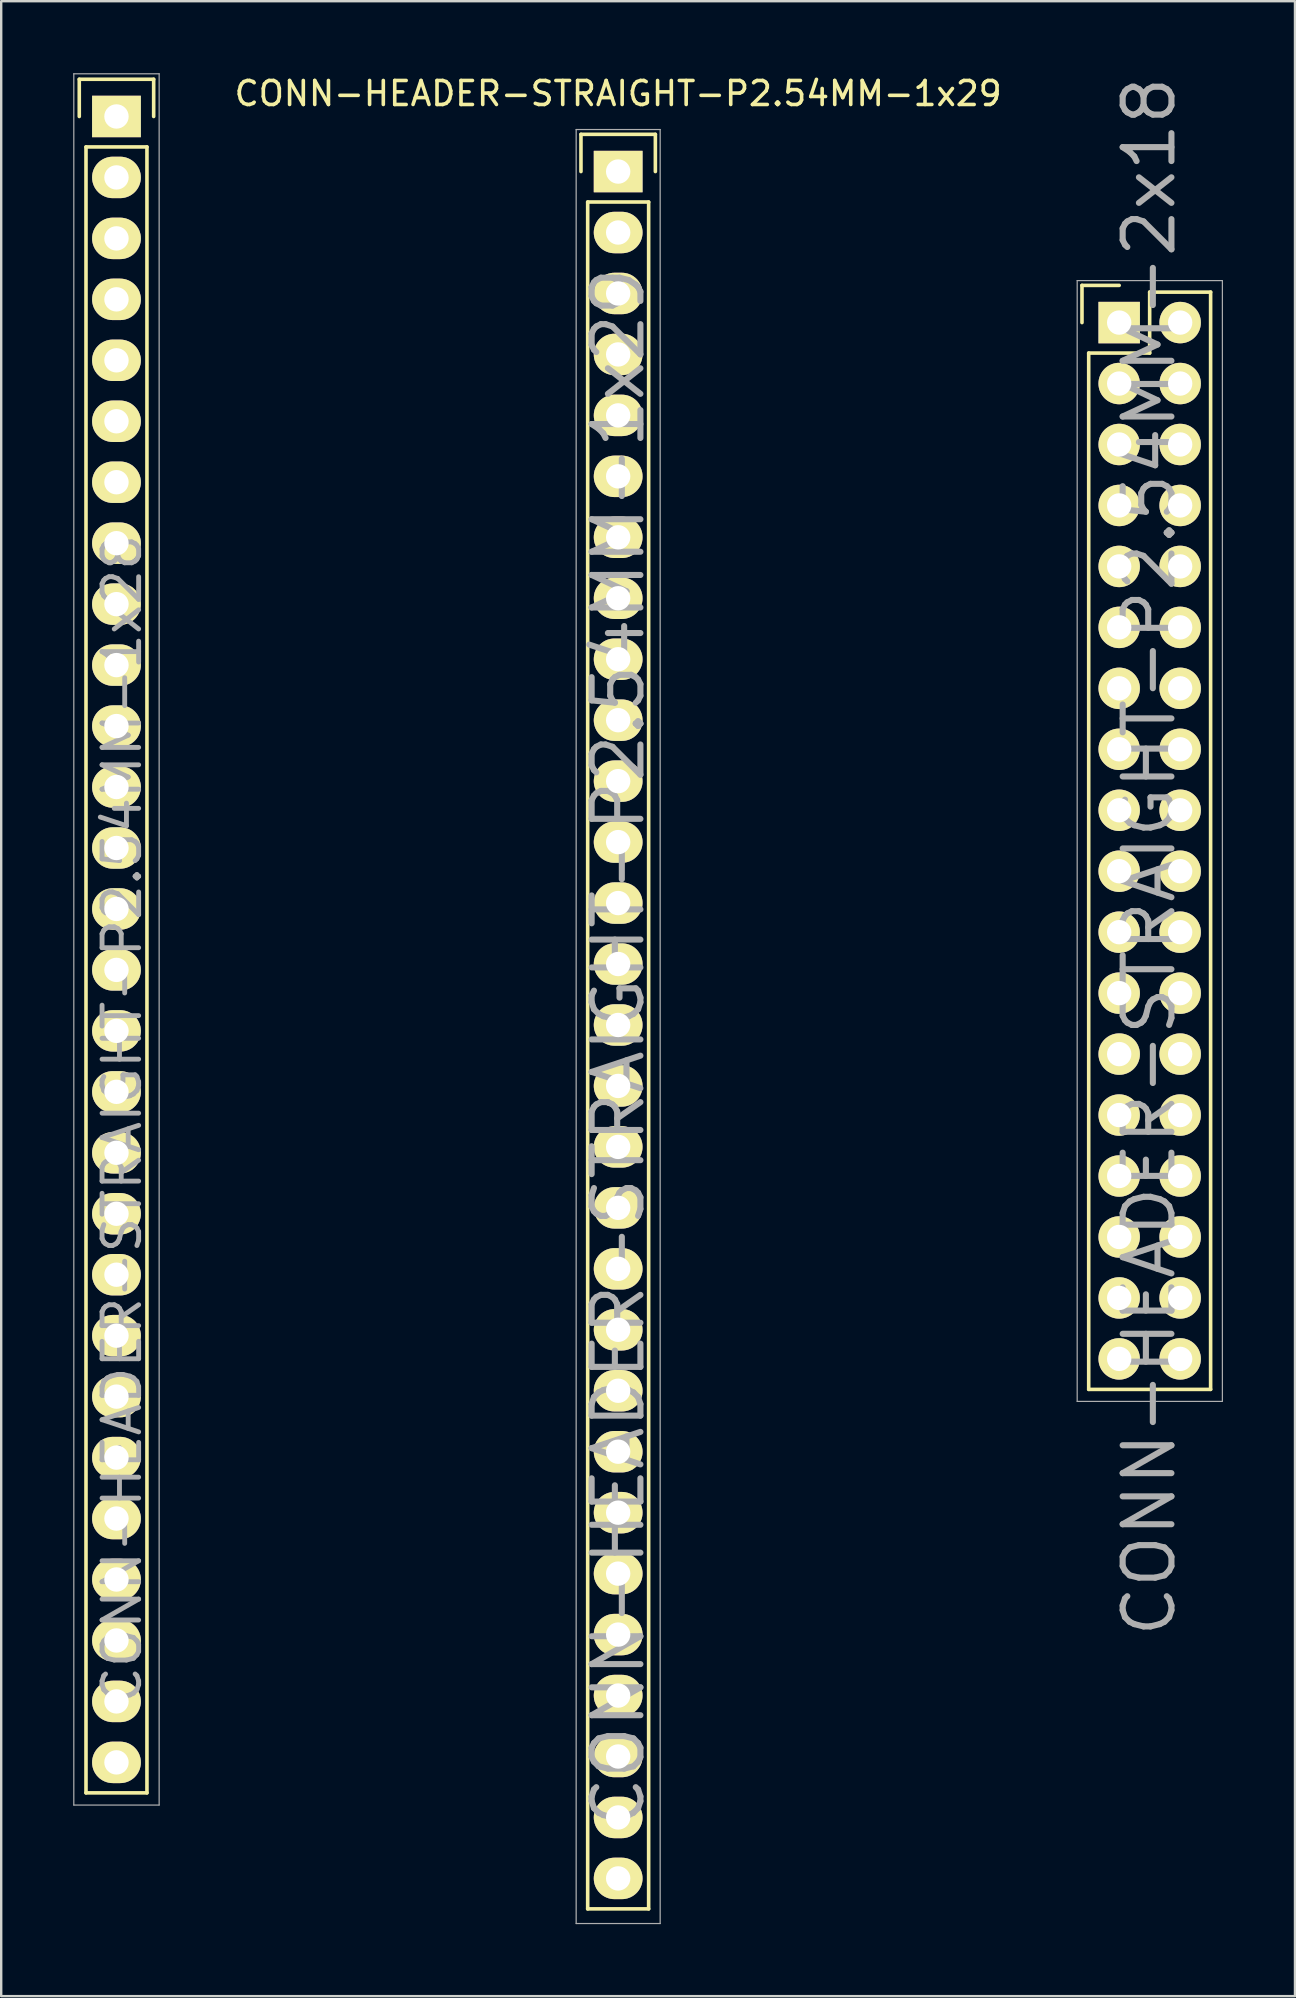
<source format=kicad_pcb>
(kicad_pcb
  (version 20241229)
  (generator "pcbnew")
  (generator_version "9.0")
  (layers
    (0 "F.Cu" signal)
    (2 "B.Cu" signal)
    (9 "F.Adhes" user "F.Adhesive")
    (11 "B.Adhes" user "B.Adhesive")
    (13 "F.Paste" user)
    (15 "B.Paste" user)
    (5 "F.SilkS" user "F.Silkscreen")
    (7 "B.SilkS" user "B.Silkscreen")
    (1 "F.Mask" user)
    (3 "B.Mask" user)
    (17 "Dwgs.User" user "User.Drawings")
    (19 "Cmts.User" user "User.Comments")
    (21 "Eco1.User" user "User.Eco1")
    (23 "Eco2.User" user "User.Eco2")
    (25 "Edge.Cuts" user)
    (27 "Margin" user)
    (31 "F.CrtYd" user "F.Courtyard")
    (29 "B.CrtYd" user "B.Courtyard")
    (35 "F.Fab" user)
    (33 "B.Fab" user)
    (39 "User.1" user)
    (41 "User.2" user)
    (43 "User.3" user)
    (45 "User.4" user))
  (footprint "CONN-HEADER-STRAIGHT-P2.54MM-1x29"
    (layer "F.Cu")
    (at 22.707 4.098)
    (property "Reference" "CONN-HEADER-STRAIGHT-P2.54MM-1x29" (at 0 36.5 90) (layer "F.Fab") (effects (font (size 2.032 2.032) (thickness 0.254))))
    (attr through_hole)
    (fp_line (start -1.55 -1.55) (end 1.55 -1.55) (stroke (width 0.15) (type solid)) (layer "F.SilkS"))
    (fp_line (start -1.55 0) (end -1.55 -1.55) (stroke (width 0.15) (type solid)) (layer "F.SilkS"))
    (fp_line (start -1.27 1.27) (end -1.27 72.39) (stroke (width 0.15) (type solid)) (layer "F.SilkS"))
    (fp_line (start -1.27 72.39) (end 1.27 72.39) (stroke (width 0.15) (type solid)) (layer "F.SilkS"))
    (fp_line (start 1.27 1.27) (end -1.27 1.27) (stroke (width 0.15) (type solid)) (layer "F.SilkS"))
    (fp_line (start 1.27 72.39) (end 1.27 1.27) (stroke (width 0.15) (type solid)) (layer "F.SilkS"))
    (fp_line (start 1.55 -1.55) (end 1.55 0) (stroke (width 0.15) (type solid)) (layer "F.SilkS"))
    (fp_line (start -1.75 -1.75) (end 1.75 -1.75) (stroke (width 0.051) (type solid)) (layer "F.Fab"))
    (fp_line (start -1.75 73) (end -1.75 -1.75) (stroke (width 0.051) (type solid)) (layer "F.Fab"))
    (fp_line (start 1.75 -1.75) (end 1.75 73) (stroke (width 0.051) (type solid)) (layer "F.Fab"))
    (fp_line (start 1.75 73) (end -1.75 73) (stroke (width 0.051) (type solid)) (layer "F.Fab"))
    (fp_text user "${REFERENCE}" (at 0 -3.25 0) (layer "F.SilkS") (effects (font (size 1 1) (thickness 0.15))))
    (pad "1" thru_hole rect (at 0 0) (size 2.032 1.727) (drill 1.016) (layers "*.Cu" "*.Mask" "F.SilkS"))
    (pad "2" thru_hole oval (at 0 2.54) (size 2.032 1.727) (drill 1.016) (layers "*.Cu" "*.Mask" "F.SilkS"))
    (pad "3" thru_hole oval (at 0 5.08) (size 2.032 1.727) (drill 1.016) (layers "*.Cu" "*.Mask" "F.SilkS"))
    (pad "4" thru_hole oval (at 0 7.62) (size 2.032 1.727) (drill 1.016) (layers "*.Cu" "*.Mask" "F.SilkS"))
    (pad "5" thru_hole oval (at 0 10.16) (size 2.032 1.727) (drill 1.016) (layers "*.Cu" "*.Mask" "F.SilkS"))
    (pad "6" thru_hole oval (at 0 12.7) (size 2.032 1.727) (drill 1.016) (layers "*.Cu" "*.Mask" "F.SilkS"))
    (pad "7" thru_hole oval (at 0 15.24) (size 2.032 1.727) (drill 1.016) (layers "*.Cu" "*.Mask" "F.SilkS"))
    (pad "8" thru_hole oval (at 0 17.78) (size 2.032 1.727) (drill 1.016) (layers "*.Cu" "*.Mask" "F.SilkS"))
    (pad "9" thru_hole oval (at 0 20.32) (size 2.032 1.727) (drill 1.016) (layers "*.Cu" "*.Mask" "F.SilkS"))
    (pad "10" thru_hole oval (at 0 22.86) (size 2.032 1.727) (drill 1.016) (layers "*.Cu" "*.Mask" "F.SilkS"))
    (pad "11" thru_hole oval (at 0 25.4) (size 2.032 1.727) (drill 1.016) (layers "*.Cu" "*.Mask" "F.SilkS"))
    (pad "12" thru_hole oval (at 0 27.94) (size 2.032 1.727) (drill 1.016) (layers "*.Cu" "*.Mask" "F.SilkS"))
    (pad "13" thru_hole oval (at 0 30.48) (size 2.032 1.727) (drill 1.016) (layers "*.Cu" "*.Mask" "F.SilkS"))
    (pad "14" thru_hole oval (at 0 33.02) (size 2.032 1.727) (drill 1.016) (layers "*.Cu" "*.Mask" "F.SilkS"))
    (pad "15" thru_hole oval (at 0 35.56) (size 2.032 1.727) (drill 1.016) (layers "*.Cu" "*.Mask" "F.SilkS"))
    (pad "16" thru_hole oval (at 0 38.1) (size 2.032 1.727) (drill 1.016) (layers "*.Cu" "*.Mask" "F.SilkS"))
    (pad "17" thru_hole oval (at 0 40.64) (size 2.032 1.727) (drill 1.016) (layers "*.Cu" "*.Mask" "F.SilkS"))
    (pad "18" thru_hole oval (at 0 43.18) (size 2.032 1.727) (drill 1.016) (layers "*.Cu" "*.Mask" "F.SilkS"))
    (pad "19" thru_hole oval (at 0 45.72) (size 2.032 1.727) (drill 1.016) (layers "*.Cu" "*.Mask" "F.SilkS"))
    (pad "20" thru_hole oval (at 0 48.26) (size 2.032 1.727) (drill 1.016) (layers "*.Cu" "*.Mask" "F.SilkS"))
    (pad "21" thru_hole oval (at 0 50.8) (size 2.032 1.727) (drill 1.016) (layers "*.Cu" "*.Mask" "F.SilkS"))
    (pad "22" thru_hole oval (at 0 53.34) (size 2.032 1.727) (drill 1.016) (layers "*.Cu" "*.Mask" "F.SilkS"))
    (pad "23" thru_hole oval (at 0 55.88) (size 2.032 1.727) (drill 1.016) (layers "*.Cu" "*.Mask" "F.SilkS"))
    (pad "24" thru_hole oval (at 0 58.42) (size 2.032 1.727) (drill 1.016) (layers "*.Cu" "*.Mask" "F.SilkS"))
    (pad "25" thru_hole oval (at 0 60.96) (size 2.032 1.727) (drill 1.016) (layers "*.Cu" "*.Mask" "F.SilkS"))
    (pad "26" thru_hole oval (at 0 63.5) (size 2.032 1.727) (drill 1.016) (layers "*.Cu" "*.Mask" "F.SilkS"))
    (pad "27" thru_hole oval (at 0 66.04) (size 2.032 1.727) (drill 1.016) (layers "*.Cu" "*.Mask" "F.SilkS"))
    (pad "28" thru_hole oval (at 0 68.58) (size 2.032 1.727) (drill 1.016) (layers "*.Cu" "*.Mask" "F.SilkS"))
    (pad "29" thru_hole oval (at 0 71.12) (size 2.032 1.727) (drill 1.016) (layers "*.Cu" "*.Mask" "F.SilkS")))
  (footprint "CONN-HEADER-STRAIGHT-P2.54MM-2x18"
    (layer "F.Cu")
    (at 43.583 10.391)
    (property "Reference" "CONN-HEADER-STRAIGHT-P2.54MM-2x18" (at 1.25 22.25 90) (layer "F.Fab") (effects (font (size 2.032 2.032) (thickness 0.254))))
    (attr through_hole)
    (fp_line (start -1.55 -1.55) (end -1.55 0) (stroke (width 0.15) (type solid)) (layer "F.SilkS"))
    (fp_line (start -1.27 44.45) (end -1.27 1.27) (stroke (width 0.15) (type solid)) (layer "F.SilkS"))
    (fp_line (start 0 -1.55) (end -1.55 -1.55) (stroke (width 0.15) (type solid)) (layer "F.SilkS"))
    (fp_line (start 1.27 -1.27) (end 1.27 1.27) (stroke (width 0.15) (type solid)) (layer "F.SilkS"))
    (fp_line (start 1.27 1.27) (end -1.27 1.27) (stroke (width 0.15) (type solid)) (layer "F.SilkS"))
    (fp_line (start 3.81 -1.27) (end 1.27 -1.27) (stroke (width 0.15) (type solid)) (layer "F.SilkS"))
    (fp_line (start 3.81 -1.27) (end 3.81 44.45) (stroke (width 0.15) (type solid)) (layer "F.SilkS"))
    (fp_line (start 3.81 44.45) (end -1.27 44.45) (stroke (width 0.15) (type solid)) (layer "F.SilkS"))
    (fp_line (start -1.75 -1.75) (end -1.75 44.95) (stroke (width 0.05) (type solid)) (layer "F.Fab"))
    (fp_line (start -1.75 -1.75) (end 4.3 -1.75) (stroke (width 0.05) (type solid)) (layer "F.Fab"))
    (fp_line (start -1.75 44.95) (end 4.3 44.95) (stroke (width 0.05) (type solid)) (layer "F.Fab"))
    (fp_line (start 4.3 -1.75) (end 4.3 44.95) (stroke (width 0.05) (type solid)) (layer "F.Fab"))
    (pad "1" thru_hole rect (at 0 0) (size 1.727 1.727) (drill 1.016) (layers "*.Cu" "*.Mask" "F.SilkS"))
    (pad "2" thru_hole oval (at 2.54 0) (size 1.727 1.727) (drill 1.016) (layers "*.Cu" "*.Mask" "F.SilkS"))
    (pad "3" thru_hole oval (at 0 2.54) (size 1.727 1.727) (drill 1.016) (layers "*.Cu" "*.Mask" "F.SilkS"))
    (pad "4" thru_hole oval (at 2.54 2.54) (size 1.727 1.727) (drill 1.016) (layers "*.Cu" "*.Mask" "F.SilkS"))
    (pad "5" thru_hole oval (at 0 5.08) (size 1.727 1.727) (drill 1.016) (layers "*.Cu" "*.Mask" "F.SilkS"))
    (pad "6" thru_hole oval (at 2.54 5.08) (size 1.727 1.727) (drill 1.016) (layers "*.Cu" "*.Mask" "F.SilkS"))
    (pad "7" thru_hole oval (at 0 7.62) (size 1.727 1.727) (drill 1.016) (layers "*.Cu" "*.Mask" "F.SilkS"))
    (pad "8" thru_hole oval (at 2.54 7.62) (size 1.727 1.727) (drill 1.016) (layers "*.Cu" "*.Mask" "F.SilkS"))
    (pad "9" thru_hole oval (at 0 10.16) (size 1.727 1.727) (drill 1.016) (layers "*.Cu" "*.Mask" "F.SilkS"))
    (pad "10" thru_hole oval (at 2.54 10.16) (size 1.727 1.727) (drill 1.016) (layers "*.Cu" "*.Mask" "F.SilkS"))
    (pad "11" thru_hole oval (at 0 12.7) (size 1.727 1.727) (drill 1.016) (layers "*.Cu" "*.Mask" "F.SilkS"))
    (pad "12" thru_hole oval (at 2.54 12.7) (size 1.727 1.727) (drill 1.016) (layers "*.Cu" "*.Mask" "F.SilkS"))
    (pad "13" thru_hole oval (at 0 15.24) (size 1.727 1.727) (drill 1.016) (layers "*.Cu" "*.Mask" "F.SilkS"))
    (pad "14" thru_hole oval (at 2.54 15.24) (size 1.727 1.727) (drill 1.016) (layers "*.Cu" "*.Mask" "F.SilkS"))
    (pad "15" thru_hole oval (at 0 17.78) (size 1.727 1.727) (drill 1.016) (layers "*.Cu" "*.Mask" "F.SilkS"))
    (pad "16" thru_hole oval (at 2.54 17.78) (size 1.727 1.727) (drill 1.016) (layers "*.Cu" "*.Mask" "F.SilkS"))
    (pad "17" thru_hole oval (at 0 20.32) (size 1.727 1.727) (drill 1.016) (layers "*.Cu" "*.Mask" "F.SilkS"))
    (pad "18" thru_hole oval (at 2.54 20.32) (size 1.727 1.727) (drill 1.016) (layers "*.Cu" "*.Mask" "F.SilkS"))
    (pad "19" thru_hole oval (at 0 22.86) (size 1.727 1.727) (drill 1.016) (layers "*.Cu" "*.Mask" "F.SilkS"))
    (pad "20" thru_hole oval (at 2.54 22.86) (size 1.727 1.727) (drill 1.016) (layers "*.Cu" "*.Mask" "F.SilkS"))
    (pad "21" thru_hole oval (at 0 25.4) (size 1.727 1.727) (drill 1.016) (layers "*.Cu" "*.Mask" "F.SilkS"))
    (pad "22" thru_hole oval (at 2.54 25.4) (size 1.727 1.727) (drill 1.016) (layers "*.Cu" "*.Mask" "F.SilkS"))
    (pad "23" thru_hole oval (at 0 27.94) (size 1.727 1.727) (drill 1.016) (layers "*.Cu" "*.Mask" "F.SilkS"))
    (pad "24" thru_hole oval (at 2.54 27.94) (size 1.727 1.727) (drill 1.016) (layers "*.Cu" "*.Mask" "F.SilkS"))
    (pad "25" thru_hole oval (at 0 30.48) (size 1.727 1.727) (drill 1.016) (layers "*.Cu" "*.Mask" "F.SilkS"))
    (pad "26" thru_hole oval (at 2.54 30.48) (size 1.727 1.727) (drill 1.016) (layers "*.Cu" "*.Mask" "F.SilkS"))
    (pad "27" thru_hole oval (at 0 33.02) (size 1.727 1.727) (drill 1.016) (layers "*.Cu" "*.Mask" "F.SilkS"))
    (pad "28" thru_hole oval (at 2.54 33.02) (size 1.727 1.727) (drill 1.016) (layers "*.Cu" "*.Mask" "F.SilkS"))
    (pad "29" thru_hole oval (at 0 35.56) (size 1.727 1.727) (drill 1.016) (layers "*.Cu" "*.Mask" "F.SilkS"))
    (pad "30" thru_hole oval (at 2.54 35.56) (size 1.727 1.727) (drill 1.016) (layers "*.Cu" "*.Mask" "F.SilkS"))
    (pad "31" thru_hole oval (at 0 38.1) (size 1.727 1.727) (drill 1.016) (layers "*.Cu" "*.Mask" "F.SilkS"))
    (pad "32" thru_hole oval (at 2.54 38.1) (size 1.727 1.727) (drill 1.016) (layers "*.Cu" "*.Mask" "F.SilkS"))
    (pad "33" thru_hole oval (at 0 40.64) (size 1.727 1.727) (drill 1.016) (layers "*.Cu" "*.Mask" "F.SilkS"))
    (pad "34" thru_hole oval (at 2.54 40.64) (size 1.727 1.727) (drill 1.016) (layers "*.Cu" "*.Mask" "F.SilkS"))
    (pad "35" thru_hole oval (at 0 43.18) (size 1.727 1.727) (drill 1.016) (layers "*.Cu" "*.Mask" "F.SilkS"))
    (pad "36" thru_hole oval (at 2.54 43.18) (size 1.727 1.727) (drill 1.016) (layers "*.Cu" "*.Mask" "F.SilkS")))
  (footprint "CONN-HEADER-STRAIGHT-P2.54MM-1x28"
    (layer "F.Cu")
    (at 1.803 1.803)
    (property "Reference" "CONN-HEADER-STRAIGHT-P2.54MM-1x28" (at 0.229 41.783 90) (layer "F.Fab") (effects (font (size 1.524 1.524) (thickness 0.203))))
    (attr through_hole)
    (fp_line (start -1.55 -1.55) (end 1.55 -1.55) (stroke (width 0.15) (type solid)) (layer "F.SilkS"))
    (fp_line (start -1.55 0) (end -1.55 -1.55) (stroke (width 0.15) (type solid)) (layer "F.SilkS"))
    (fp_line (start -1.27 1.27) (end -1.27 69.85) (stroke (width 0.15) (type solid)) (layer "F.SilkS"))
    (fp_line (start -1.27 69.85) (end 1.27 69.85) (stroke (width 0.15) (type solid)) (layer "F.SilkS"))
    (fp_line (start 1.27 1.27) (end -1.27 1.27) (stroke (width 0.15) (type solid)) (layer "F.SilkS"))
    (fp_line (start 1.27 69.85) (end 1.27 1.27) (stroke (width 0.15) (type solid)) (layer "F.SilkS"))
    (fp_line (start 1.55 -1.55) (end 1.55 0) (stroke (width 0.15) (type solid)) (layer "F.SilkS"))
    (fp_line (start -1.778 -1.778) (end 1.778 -1.778) (stroke (width 0.05) (type solid)) (layer "F.Fab"))
    (fp_line (start -1.778 70.358) (end -1.778 -1.778) (stroke (width 0.05) (type solid)) (layer "F.Fab"))
    (fp_line (start 1.778 -1.778) (end 1.778 70.358) (stroke (width 0.05) (type solid)) (layer "F.Fab"))
    (fp_line (start 1.778 70.358) (end -1.778 70.358) (stroke (width 0.05) (type solid)) (layer "F.Fab"))
    (pad "1" thru_hole rect (at 0 0) (size 2.032 1.727) (drill 1.016) (layers "*.Cu" "*.Mask" "F.SilkS"))
    (pad "2" thru_hole oval (at 0 2.54) (size 2.032 1.727) (drill 1.016) (layers "*.Cu" "*.Mask" "F.SilkS"))
    (pad "3" thru_hole oval (at 0 5.08) (size 2.032 1.727) (drill 1.016) (layers "*.Cu" "*.Mask" "F.SilkS"))
    (pad "4" thru_hole oval (at 0 7.62) (size 2.032 1.727) (drill 1.016) (layers "*.Cu" "*.Mask" "F.SilkS"))
    (pad "5" thru_hole oval (at 0 10.16) (size 2.032 1.727) (drill 1.016) (layers "*.Cu" "*.Mask" "F.SilkS"))
    (pad "6" thru_hole oval (at 0 12.7) (size 2.032 1.727) (drill 1.016) (layers "*.Cu" "*.Mask" "F.SilkS"))
    (pad "7" thru_hole oval (at 0 15.24) (size 2.032 1.727) (drill 1.016) (layers "*.Cu" "*.Mask" "F.SilkS"))
    (pad "8" thru_hole oval (at 0 17.78) (size 2.032 1.727) (drill 1.016) (layers "*.Cu" "*.Mask" "F.SilkS"))
    (pad "9" thru_hole oval (at 0 20.32) (size 2.032 1.727) (drill 1.016) (layers "*.Cu" "*.Mask" "F.SilkS"))
    (pad "10" thru_hole oval (at 0 22.86) (size 2.032 1.727) (drill 1.016) (layers "*.Cu" "*.Mask" "F.SilkS"))
    (pad "11" thru_hole oval (at 0 25.4) (size 2.032 1.727) (drill 1.016) (layers "*.Cu" "*.Mask" "F.SilkS"))
    (pad "12" thru_hole oval (at 0 27.94) (size 2.032 1.727) (drill 1.016) (layers "*.Cu" "*.Mask" "F.SilkS"))
    (pad "13" thru_hole oval (at 0 30.48) (size 2.032 1.727) (drill 1.016) (layers "*.Cu" "*.Mask" "F.SilkS"))
    (pad "14" thru_hole oval (at 0 33.02) (size 2.032 1.727) (drill 1.016) (layers "*.Cu" "*.Mask" "F.SilkS"))
    (pad "15" thru_hole oval (at 0 35.56) (size 2.032 1.727) (drill 1.016) (layers "*.Cu" "*.Mask" "F.SilkS"))
    (pad "16" thru_hole oval (at 0 38.1) (size 2.032 1.727) (drill 1.016) (layers "*.Cu" "*.Mask" "F.SilkS"))
    (pad "17" thru_hole oval (at 0 40.64) (size 2.032 1.727) (drill 1.016) (layers "*.Cu" "*.Mask" "F.SilkS"))
    (pad "18" thru_hole oval (at 0 43.18) (size 2.032 1.727) (drill 1.016) (layers "*.Cu" "*.Mask" "F.SilkS"))
    (pad "19" thru_hole oval (at 0 45.72) (size 2.032 1.727) (drill 1.016) (layers "*.Cu" "*.Mask" "F.SilkS"))
    (pad "20" thru_hole oval (at 0 48.26) (size 2.032 1.727) (drill 1.016) (layers "*.Cu" "*.Mask" "F.SilkS"))
    (pad "21" thru_hole oval (at 0 50.8) (size 2.032 1.727) (drill 1.016) (layers "*.Cu" "*.Mask" "F.SilkS"))
    (pad "22" thru_hole oval (at 0 53.34) (size 2.032 1.727) (drill 1.016) (layers "*.Cu" "*.Mask" "F.SilkS"))
    (pad "23" thru_hole oval (at 0 55.88) (size 2.032 1.727) (drill 1.016) (layers "*.Cu" "*.Mask" "F.SilkS"))
    (pad "24" thru_hole oval (at 0 58.42) (size 2.032 1.727) (drill 1.016) (layers "*.Cu" "*.Mask" "F.SilkS"))
    (pad "25" thru_hole oval (at 0 60.96) (size 2.032 1.727) (drill 1.016) (layers "*.Cu" "*.Mask" "F.SilkS"))
    (pad "26" thru_hole oval (at 0 63.5) (size 2.032 1.727) (drill 1.016) (layers "*.Cu" "*.Mask" "F.SilkS"))
    (pad "27" thru_hole oval (at 0 66.04) (size 2.032 1.727) (drill 1.016) (layers "*.Cu" "*.Mask" "F.SilkS"))
    (pad "28" thru_hole oval (at 0 68.58) (size 2.032 1.727) (drill 1.016) (layers "*.Cu" "*.Mask" "F.SilkS")))
  (gr_rect
    (start -3 -3)
    (end 50.908 80.124)
    (stroke (width 0.1) (type default))
    (fill no)
    (layer "Edge.Cuts")))
</source>
